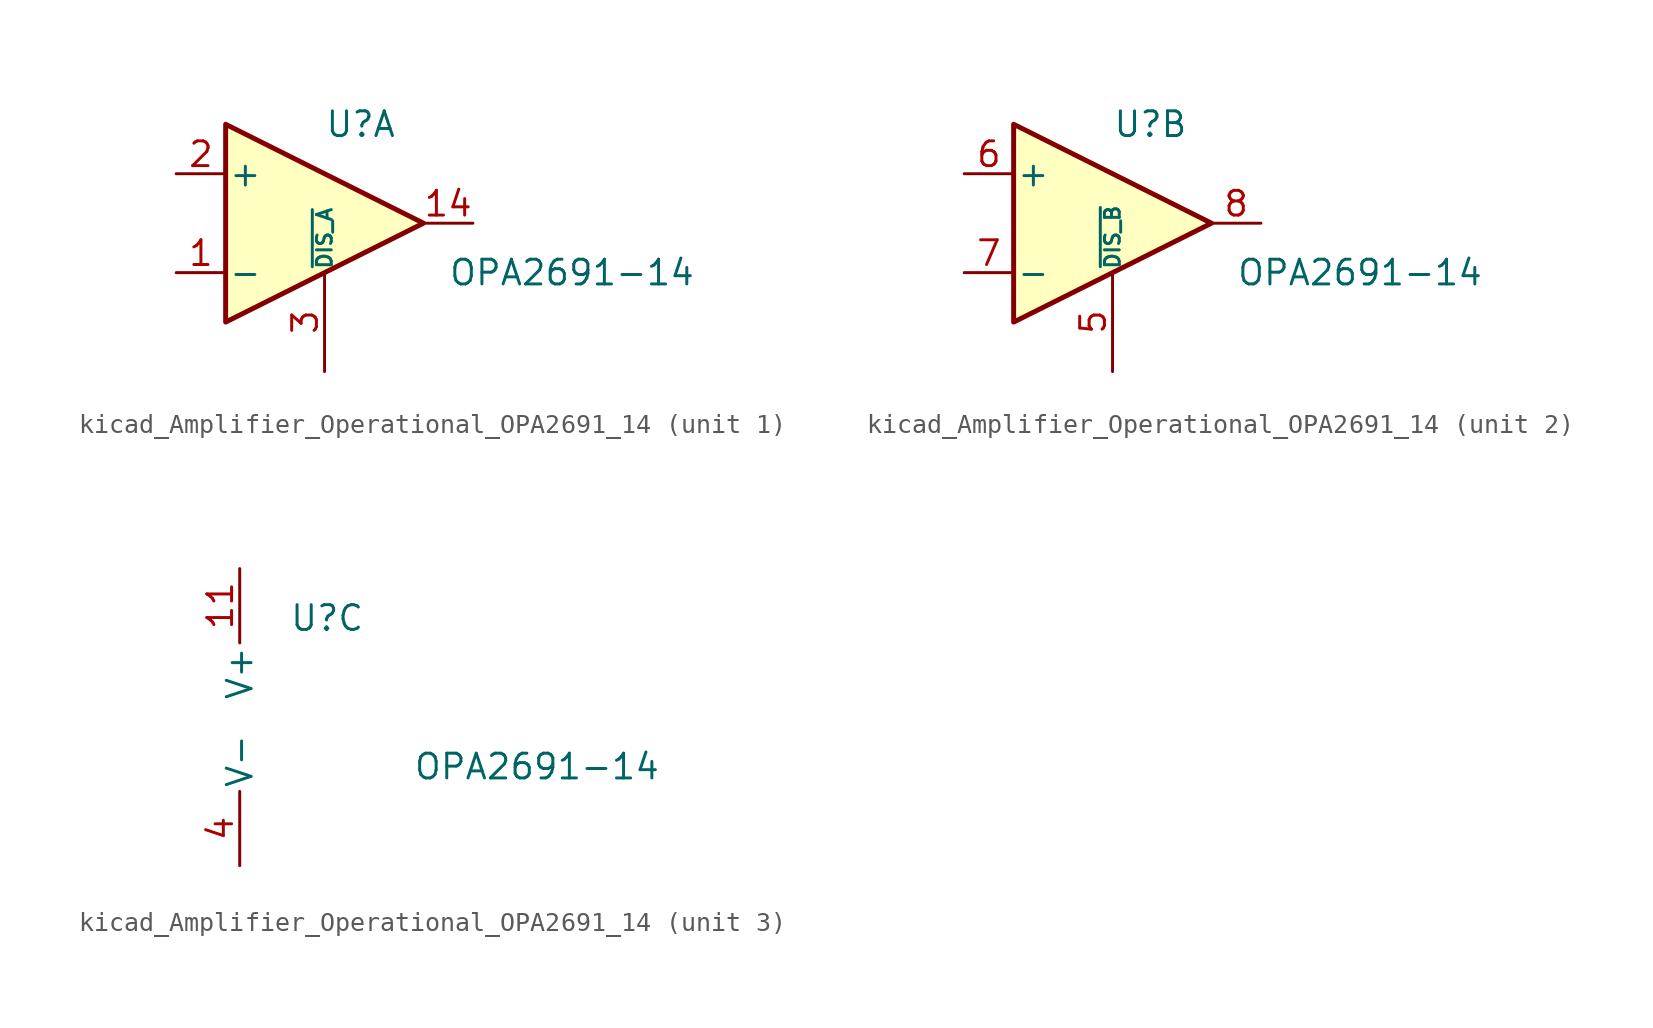
<source format=kicad_sym>
(kicad_symbol_lib
  (version 20220914)
  (generator kicad_symbol_editor)
  (symbol "kicad_Amplifier_Operational_OPA2691_14"
    (pin_names
      (offset 0.127))
    (property "Reference" "U"
      (at 0 5.08 0)
      (effects (font (size 1.27 1.27)) (justify left)))
    (property "Value" "OPA2691-14"
      (at 6.35 -2.54 0)
      (effects (font (size 1.27 1.27)) (justify left)))
    (property "ki_locked" ""
      (at 0 0 0)
      (effects (font (size 1.27 1.27))))
    (symbol "kicad_Amplifier_Operational_OPA2691_14_1_1"
      (polyline (pts (xy -5.08 5.08) (xy 5.08 0) (xy -5.08 -5.08) (xy -5.08 5.08)) (stroke (width 0.254) (type default)) (fill (type background)))
      (pin input line (at -7.62 -2.54 0) (length 2.54) (name "-" (effects (font (size 1.27 1.27)))) (number "1" (effects (font (size 1.27 1.27)))))
      (pin no_connect line (at 0 -2.54 90) (length 2.54) hide (name "NC" (effects (font (size 1.27 1.27)))) (number "10" (effects (font (size 1.27 1.27)))))
      (pin output line (at 7.62 0 180) (length 2.54) (name "~" (effects (font (size 1.27 1.27)))) (number "14" (effects (font (size 1.27 1.27)))))
      (pin input line (at -7.62 2.54 0) (length 2.54) (name "+" (effects (font (size 1.27 1.27)))) (number "2" (effects (font (size 1.27 1.27)))))
      (pin input line (at 0 -7.62 90) (length 5.08) (name "~{DIS_A}" (effects (font (size 0.762 0.762)))) (number "3" (effects (font (size 1.27 1.27)))))
      (pin no_connect line (at -2.54 -2.54 90) (length 2.54) hide (name "NC" (effects (font (size 1.27 1.27)))) (number "9" (effects (font (size 1.27 1.27))))))
    (symbol "kicad_Amplifier_Operational_OPA2691_14_2_1"
      (polyline (pts (xy -5.08 5.08) (xy 5.08 0) (xy -5.08 -5.08) (xy -5.08 5.08)) (stroke (width 0.254) (type default)) (fill (type background)))
      (pin no_connect line (at -2.54 -2.54 90) (length 2.54) hide (name "NC" (effects (font (size 1.27 1.27)))) (number "12" (effects (font (size 1.27 1.27)))))
      (pin no_connect line (at 0 -2.54 90) (length 2.54) hide (name "NC" (effects (font (size 1.27 1.27)))) (number "13" (effects (font (size 1.27 1.27)))))
      (pin input line (at 0 -7.62 90) (length 5.08) (name "~{DIS_B}" (effects (font (size 0.762 0.762)))) (number "5" (effects (font (size 1.27 1.27)))))
      (pin input line (at -7.62 2.54 0) (length 2.54) (name "+" (effects (font (size 1.27 1.27)))) (number "6" (effects (font (size 1.27 1.27)))))
      (pin input line (at -7.62 -2.54 0) (length 2.54) (name "-" (effects (font (size 1.27 1.27)))) (number "7" (effects (font (size 1.27 1.27)))))
      (pin output line (at 7.62 0 180) (length 2.54) (name "~" (effects (font (size 1.27 1.27)))) (number "8" (effects (font (size 1.27 1.27))))))
    (symbol "kicad_Amplifier_Operational_OPA2691_14_3_1"
      (pin power_in line (at -2.54 7.62 270) (length 3.81) (name "V+" (effects (font (size 1.27 1.27)))) (number "11" (effects (font (size 1.27 1.27)))))
      (pin power_in line (at -2.54 -7.62 90) (length 3.81) (name "V-" (effects (font (size 1.27 1.27)))) (number "4" (effects (font (size 1.27 1.27))))))))
</source>
